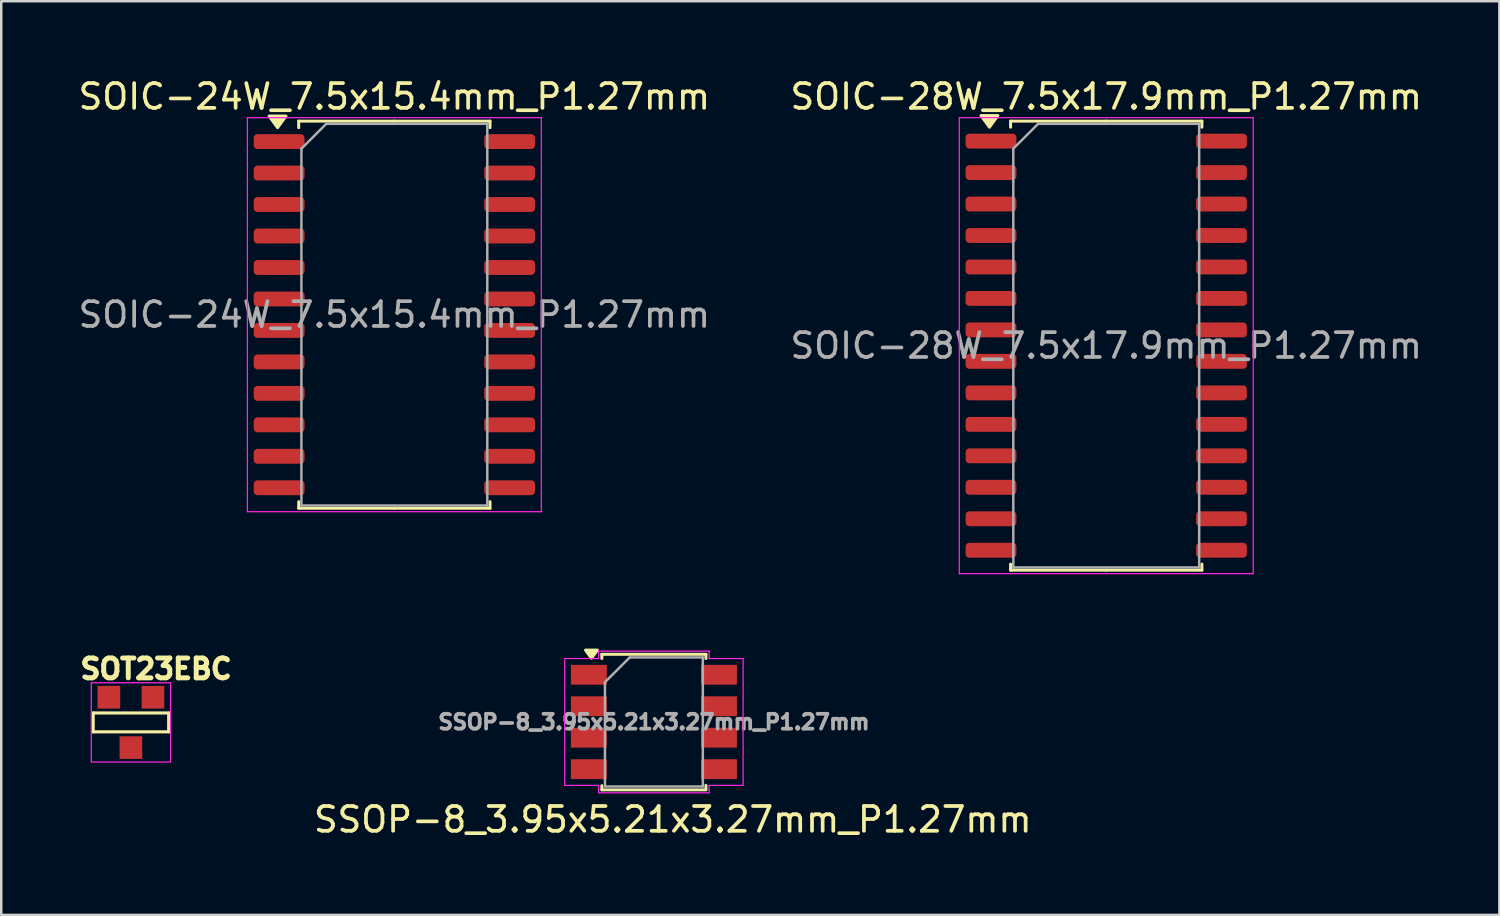
<source format=kicad_pcb>
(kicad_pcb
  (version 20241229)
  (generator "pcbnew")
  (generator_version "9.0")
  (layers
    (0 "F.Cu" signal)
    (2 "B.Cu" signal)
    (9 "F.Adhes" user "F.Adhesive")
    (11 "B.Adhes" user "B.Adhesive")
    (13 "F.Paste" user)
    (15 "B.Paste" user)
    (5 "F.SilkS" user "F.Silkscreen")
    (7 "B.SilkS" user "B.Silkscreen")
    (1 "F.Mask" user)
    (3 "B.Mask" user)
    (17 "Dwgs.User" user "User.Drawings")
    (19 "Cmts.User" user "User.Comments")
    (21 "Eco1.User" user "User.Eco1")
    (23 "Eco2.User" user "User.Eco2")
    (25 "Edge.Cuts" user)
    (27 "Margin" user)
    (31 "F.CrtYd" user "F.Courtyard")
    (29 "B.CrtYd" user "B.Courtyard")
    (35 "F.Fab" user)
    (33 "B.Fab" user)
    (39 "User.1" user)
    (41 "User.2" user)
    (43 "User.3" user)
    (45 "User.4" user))
  (footprint "SOT23EBC"
    (layer "F.Cu")
    (at 2.233 26.101)
    (property "Reference" "SOT23EBC" (at 1.016 -2.159 180) (layer "F.SilkS") (effects (font (size 0.8 0.8) (thickness 0.2) (bold yes))))
    (attr smd)
    (fp_line (start -1.524 -0.381) (end 1.524 -0.381) (stroke (width 0.127) (type solid)) (layer "F.SilkS"))
    (fp_line (start -1.524 0.381) (end -1.524 -0.381) (stroke (width 0.127) (type solid)) (layer "F.SilkS"))
    (fp_line (start 1.524 -0.381) (end 1.524 0.381) (stroke (width 0.127) (type solid)) (layer "F.SilkS"))
    (fp_line (start 1.524 0.381) (end -1.524 0.381) (stroke (width 0.127) (type solid)) (layer "F.SilkS"))
    (fp_rect (start -1.6 -1.6) (end 1.6 1.6) (stroke (width 0.05) (type default)) (fill no) (layer "F.CrtYd"))
    (pad "1" smd rect (at -0.889 -1.016) (size 0.914 0.914) (layers "F.Cu" "F.Mask" "F.Paste"))
    (pad "2" smd rect (at 0.889 -1.016) (size 0.914 0.914) (layers "F.Cu" "F.Mask" "F.Paste"))
    (pad "3" smd rect (at 0 1.016) (size 0.914 0.914) (layers "F.Cu" "F.Mask" "F.Paste")))
  (footprint "SOIC-28W_7.5x17.9mm_P1.27mm"
    (layer "F.Cu")
    (at 41.589 10.898)
    (property "Reference" "SOIC-28W_7.5x17.9mm_P1.27mm" (at 0 -10.05 0) (layer "F.SilkS") (effects (font (size 1 1) (thickness 0.15))))
    (attr smd)
    (fp_line (start -3.86 -9.06) (end -3.86 -8.815) (stroke (width 0.12) (type solid)) (layer "F.SilkS"))
    (fp_line (start -3.86 9.06) (end -3.86 8.815) (stroke (width 0.12) (type solid)) (layer "F.SilkS"))
    (fp_line (start 0 -9.06) (end -3.86 -9.06) (stroke (width 0.12) (type solid)) (layer "F.SilkS"))
    (fp_line (start 0 -9.06) (end 3.86 -9.06) (stroke (width 0.12) (type solid)) (layer "F.SilkS"))
    (fp_line (start 0 9.06) (end -3.86 9.06) (stroke (width 0.12) (type solid)) (layer "F.SilkS"))
    (fp_line (start 0 9.06) (end 3.86 9.06) (stroke (width 0.12) (type solid)) (layer "F.SilkS"))
    (fp_line (start 3.86 -9.06) (end 3.86 -8.815) (stroke (width 0.12) (type solid)) (layer "F.SilkS"))
    (fp_line (start 3.86 9.06) (end 3.86 8.815) (stroke (width 0.12) (type solid)) (layer "F.SilkS"))
    (fp_poly (pts (xy -4.713 -8.815) (xy -5.053 -9.285) (xy -4.372 -9.285) (xy -4.713 -8.815)) (stroke (width 0.12) (type solid)) (fill yes) (layer "F.SilkS"))
    (fp_line (start -5.93 -9.2) (end -5.93 9.2) (stroke (width 0.05) (type solid)) (layer "F.CrtYd"))
    (fp_line (start -5.93 9.2) (end 5.93 9.2) (stroke (width 0.05) (type solid)) (layer "F.CrtYd"))
    (fp_line (start 5.93 -9.2) (end -5.93 -9.2) (stroke (width 0.05) (type solid)) (layer "F.CrtYd"))
    (fp_line (start 5.93 9.2) (end 5.93 -9.2) (stroke (width 0.05) (type solid)) (layer "F.CrtYd"))
    (fp_line (start -3.75 -7.95) (end -2.75 -8.95) (stroke (width 0.1) (type solid)) (layer "F.Fab"))
    (fp_line (start -3.75 8.95) (end -3.75 -7.95) (stroke (width 0.1) (type solid)) (layer "F.Fab"))
    (fp_line (start -2.75 -8.95) (end 3.75 -8.95) (stroke (width 0.1) (type solid)) (layer "F.Fab"))
    (fp_line (start 3.75 -8.95) (end 3.75 8.95) (stroke (width 0.1) (type solid)) (layer "F.Fab"))
    (fp_line (start 3.75 8.95) (end -3.75 8.95) (stroke (width 0.1) (type solid)) (layer "F.Fab"))
    (fp_text user "${REFERENCE}" (at 0 0 0) (layer "F.Fab") (effects (font (size 1 1) (thickness 0.15))))
    (pad "1" smd roundrect (at -4.65 -8.255) (size 2.05 0.6) (layers "F.Cu" "F.Mask" "F.Paste") (roundrect_rratio 0.25))
    (pad "2" smd roundrect (at -4.65 -6.985) (size 2.05 0.6) (layers "F.Cu" "F.Mask" "F.Paste") (roundrect_rratio 0.25))
    (pad "3" smd roundrect (at -4.65 -5.715) (size 2.05 0.6) (layers "F.Cu" "F.Mask" "F.Paste") (roundrect_rratio 0.25))
    (pad "4" smd roundrect (at -4.65 -4.445) (size 2.05 0.6) (layers "F.Cu" "F.Mask" "F.Paste") (roundrect_rratio 0.25))
    (pad "5" smd roundrect (at -4.65 -3.175) (size 2.05 0.6) (layers "F.Cu" "F.Mask" "F.Paste") (roundrect_rratio 0.25))
    (pad "6" smd roundrect (at -4.65 -1.905) (size 2.05 0.6) (layers "F.Cu" "F.Mask" "F.Paste") (roundrect_rratio 0.25))
    (pad "7" smd roundrect (at -4.65 -0.635) (size 2.05 0.6) (layers "F.Cu" "F.Mask" "F.Paste") (roundrect_rratio 0.25))
    (pad "8" smd roundrect (at -4.65 0.635) (size 2.05 0.6) (layers "F.Cu" "F.Mask" "F.Paste") (roundrect_rratio 0.25))
    (pad "9" smd roundrect (at -4.65 1.905) (size 2.05 0.6) (layers "F.Cu" "F.Mask" "F.Paste") (roundrect_rratio 0.25))
    (pad "10" smd roundrect (at -4.65 3.175) (size 2.05 0.6) (layers "F.Cu" "F.Mask" "F.Paste") (roundrect_rratio 0.25))
    (pad "11" smd roundrect (at -4.65 4.445) (size 2.05 0.6) (layers "F.Cu" "F.Mask" "F.Paste") (roundrect_rratio 0.25))
    (pad "12" smd roundrect (at -4.65 5.715) (size 2.05 0.6) (layers "F.Cu" "F.Mask" "F.Paste") (roundrect_rratio 0.25))
    (pad "13" smd roundrect (at -4.65 6.985) (size 2.05 0.6) (layers "F.Cu" "F.Mask" "F.Paste") (roundrect_rratio 0.25))
    (pad "14" smd roundrect (at -4.65 8.255) (size 2.05 0.6) (layers "F.Cu" "F.Mask" "F.Paste") (roundrect_rratio 0.25))
    (pad "15" smd roundrect (at 4.65 8.255) (size 2.05 0.6) (layers "F.Cu" "F.Mask" "F.Paste") (roundrect_rratio 0.25))
    (pad "16" smd roundrect (at 4.65 6.985) (size 2.05 0.6) (layers "F.Cu" "F.Mask" "F.Paste") (roundrect_rratio 0.25))
    (pad "17" smd roundrect (at 4.65 5.715) (size 2.05 0.6) (layers "F.Cu" "F.Mask" "F.Paste") (roundrect_rratio 0.25))
    (pad "18" smd roundrect (at 4.65 4.445) (size 2.05 0.6) (layers "F.Cu" "F.Mask" "F.Paste") (roundrect_rratio 0.25))
    (pad "19" smd roundrect (at 4.65 3.175) (size 2.05 0.6) (layers "F.Cu" "F.Mask" "F.Paste") (roundrect_rratio 0.25))
    (pad "20" smd roundrect (at 4.65 1.905) (size 2.05 0.6) (layers "F.Cu" "F.Mask" "F.Paste") (roundrect_rratio 0.25))
    (pad "21" smd roundrect (at 4.65 0.635) (size 2.05 0.6) (layers "F.Cu" "F.Mask" "F.Paste") (roundrect_rratio 0.25))
    (pad "22" smd roundrect (at 4.65 -0.635) (size 2.05 0.6) (layers "F.Cu" "F.Mask" "F.Paste") (roundrect_rratio 0.25))
    (pad "23" smd roundrect (at 4.65 -1.905) (size 2.05 0.6) (layers "F.Cu" "F.Mask" "F.Paste") (roundrect_rratio 0.25))
    (pad "24" smd roundrect (at 4.65 -3.175) (size 2.05 0.6) (layers "F.Cu" "F.Mask" "F.Paste") (roundrect_rratio 0.25))
    (pad "25" smd roundrect (at 4.65 -4.445) (size 2.05 0.6) (layers "F.Cu" "F.Mask" "F.Paste") (roundrect_rratio 0.25))
    (pad "26" smd roundrect (at 4.65 -5.715) (size 2.05 0.6) (layers "F.Cu" "F.Mask" "F.Paste") (roundrect_rratio 0.25))
    (pad "27" smd roundrect (at 4.65 -6.985) (size 2.05 0.6) (layers "F.Cu" "F.Mask" "F.Paste") (roundrect_rratio 0.25))
    (pad "28" smd roundrect (at 4.65 -8.255) (size 2.05 0.6) (layers "F.Cu" "F.Mask" "F.Paste") (roundrect_rratio 0.25)))
  (footprint "SSOP-8_3.95x5.21x3.27mm_P1.27mm"
    (layer "F.Cu")
    (at 23.336 26.083)
    (property "Reference" "SSOP-8_3.95x5.21x3.27mm_P1.27mm" (at 0.762 3.937 0) (layer "F.SilkS") (effects (font (size 1 1) (thickness 0.15))))
    (attr smd)
    (fp_line (start -2.1 -2.73) (end -2.1 -2.56) (stroke (width 0.12) (type solid)) (layer "F.SilkS"))
    (fp_line (start -2.1 2.57) (end -2.1 2.74) (stroke (width 0.12) (type solid)) (layer "F.SilkS"))
    (fp_line (start 2.1 -2.73) (end -2.1 -2.73) (stroke (width 0.12) (type solid)) (layer "F.SilkS"))
    (fp_line (start 2.1 -2.73) (end 2.1 -2.56) (stroke (width 0.12) (type solid)) (layer "F.SilkS"))
    (fp_line (start 2.1 2.56) (end 2.1 2.73) (stroke (width 0.12) (type solid)) (layer "F.SilkS"))
    (fp_line (start 2.1 2.74) (end -2.1 2.74) (stroke (width 0.12) (type solid)) (layer "F.SilkS"))
    (fp_poly (pts (xy -2.52 -2.57) (xy -2.76 -2.9) (xy -2.28 -2.9) (xy -2.52 -2.57)) (stroke (width 0.12) (type solid)) (fill yes) (layer "F.SilkS"))
    (fp_line (start -3.6 -2.56) (end -2.23 -2.56) (stroke (width 0.05) (type solid)) (layer "F.CrtYd"))
    (fp_line (start -3.6 2.56) (end -3.6 -2.56) (stroke (width 0.05) (type solid)) (layer "F.CrtYd"))
    (fp_line (start -3.6 2.56) (end -2.23 2.56) (stroke (width 0.05) (type solid)) (layer "F.CrtYd"))
    (fp_line (start -2.23 -2.86) (end 2.23 -2.86) (stroke (width 0.05) (type solid)) (layer "F.CrtYd"))
    (fp_line (start -2.23 -2.56) (end -2.23 -2.86) (stroke (width 0.05) (type solid)) (layer "F.CrtYd"))
    (fp_line (start -2.23 2.86) (end -2.23 2.56) (stroke (width 0.05) (type solid)) (layer "F.CrtYd"))
    (fp_line (start 2.23 -2.56) (end 2.23 -2.86) (stroke (width 0.05) (type solid)) (layer "F.CrtYd"))
    (fp_line (start 2.23 -2.56) (end 3.6 -2.56) (stroke (width 0.05) (type solid)) (layer "F.CrtYd"))
    (fp_line (start 2.23 2.56) (end 3.6 2.56) (stroke (width 0.05) (type solid)) (layer "F.CrtYd"))
    (fp_line (start 2.23 2.86) (end -2.23 2.86) (stroke (width 0.05) (type solid)) (layer "F.CrtYd"))
    (fp_line (start 2.23 2.86) (end 2.23 2.56) (stroke (width 0.05) (type solid)) (layer "F.CrtYd"))
    (fp_line (start 3.6 2.56) (end 3.6 -2.56) (stroke (width 0.05) (type solid)) (layer "F.CrtYd"))
    (fp_line (start -1.975 2.605) (end -1.975 -1.605) (stroke (width 0.1) (type solid)) (layer "F.Fab"))
    (fp_line (start -0.975 -2.605) (end -1.975 -1.605) (stroke (width 0.1) (type solid)) (layer "F.Fab"))
    (fp_line (start -0.975 -2.605) (end 1.975 -2.605) (stroke (width 0.1) (type solid)) (layer "F.Fab"))
    (fp_line (start 1.975 -2.605) (end 1.975 2.605) (stroke (width 0.1) (type solid)) (layer "F.Fab"))
    (fp_line (start 1.975 2.605) (end -1.975 2.605) (stroke (width 0.1) (type solid)) (layer "F.Fab"))
    (fp_text user "${REFERENCE}" (at 0 0 0) (layer "F.Fab") (effects (font (size 0.6 0.6) (thickness 0.15))))
    (pad "1" smd rect (at -2.625 -1.905) (size 1.45 0.8) (layers "F.Cu" "F.Mask" "F.Paste"))
    (pad "2" smd rect (at -2.625 -0.635) (size 1.45 0.8) (layers "F.Cu" "F.Mask" "F.Paste"))
    (pad "3" smd rect (at -2.625 0.635) (size 1.45 0.8) (layers "F.Cu" "F.Mask" "F.Paste"))
    (pad "4" smd rect (at -2.625 1.905) (size 1.45 0.8) (layers "F.Cu" "F.Mask" "F.Paste"))
    (pad "5" smd rect (at 2.625 1.905) (size 1.45 0.8) (layers "F.Cu" "F.Mask" "F.Paste"))
    (pad "6" smd rect (at 2.625 0.635) (size 1.45 0.8) (layers "F.Cu" "F.Mask" "F.Paste"))
    (pad "7" smd rect (at 2.625 -0.635) (size 1.45 0.8) (layers "F.Cu" "F.Mask" "F.Paste"))
    (pad "8" smd rect (at 2.625 -1.905) (size 1.45 0.8) (layers "F.Cu" "F.Mask" "F.Paste")))
  (footprint "SOIC-24W_7.5x15.4mm_P1.27mm"
    (layer "F.Cu")
    (at 12.863 9.648)
    (property "Reference" "SOIC-24W_7.5x15.4mm_P1.27mm" (at 0 -8.8 0) (layer "F.SilkS") (effects (font (size 1 1) (thickness 0.15))))
    (attr smd)
    (fp_line (start -3.86 -7.81) (end -3.86 -7.545) (stroke (width 0.12) (type solid)) (layer "F.SilkS"))
    (fp_line (start -3.86 7.81) (end -3.86 7.545) (stroke (width 0.12) (type solid)) (layer "F.SilkS"))
    (fp_line (start 0 -7.81) (end -3.86 -7.81) (stroke (width 0.12) (type solid)) (layer "F.SilkS"))
    (fp_line (start 0 -7.81) (end 3.86 -7.81) (stroke (width 0.12) (type solid)) (layer "F.SilkS"))
    (fp_line (start 0 7.81) (end -3.86 7.81) (stroke (width 0.12) (type solid)) (layer "F.SilkS"))
    (fp_line (start 0 7.81) (end 3.86 7.81) (stroke (width 0.12) (type solid)) (layer "F.SilkS"))
    (fp_line (start 3.86 -7.81) (end 3.86 -7.545) (stroke (width 0.12) (type solid)) (layer "F.SilkS"))
    (fp_line (start 3.86 7.81) (end 3.86 7.545) (stroke (width 0.12) (type solid)) (layer "F.SilkS"))
    (fp_poly (pts (xy -4.713 -7.545) (xy -5.053 -8.015) (xy -4.372 -8.015) (xy -4.713 -7.545)) (stroke (width 0.12) (type solid)) (fill yes) (layer "F.SilkS"))
    (fp_line (start -5.93 -7.95) (end -5.93 7.95) (stroke (width 0.05) (type solid)) (layer "F.CrtYd"))
    (fp_line (start -5.93 7.95) (end 5.93 7.95) (stroke (width 0.05) (type solid)) (layer "F.CrtYd"))
    (fp_line (start 5.93 -7.95) (end -5.93 -7.95) (stroke (width 0.05) (type solid)) (layer "F.CrtYd"))
    (fp_line (start 5.93 7.95) (end 5.93 -7.95) (stroke (width 0.05) (type solid)) (layer "F.CrtYd"))
    (fp_line (start -3.75 -6.7) (end -2.75 -7.7) (stroke (width 0.1) (type solid)) (layer "F.Fab"))
    (fp_line (start -3.75 7.7) (end -3.75 -6.7) (stroke (width 0.1) (type solid)) (layer "F.Fab"))
    (fp_line (start -2.75 -7.7) (end 3.75 -7.7) (stroke (width 0.1) (type solid)) (layer "F.Fab"))
    (fp_line (start 3.75 -7.7) (end 3.75 7.7) (stroke (width 0.1) (type solid)) (layer "F.Fab"))
    (fp_line (start 3.75 7.7) (end -3.75 7.7) (stroke (width 0.1) (type solid)) (layer "F.Fab"))
    (fp_text user "${REFERENCE}" (at 0 0 0) (layer "F.Fab") (effects (font (size 1 1) (thickness 0.15))))
    (pad "1" smd roundrect (at -4.65 -6.985) (size 2.05 0.6) (layers "F.Cu" "F.Mask" "F.Paste") (roundrect_rratio 0.25))
    (pad "2" smd roundrect (at -4.65 -5.715) (size 2.05 0.6) (layers "F.Cu" "F.Mask" "F.Paste") (roundrect_rratio 0.25))
    (pad "3" smd roundrect (at -4.65 -4.445) (size 2.05 0.6) (layers "F.Cu" "F.Mask" "F.Paste") (roundrect_rratio 0.25))
    (pad "4" smd roundrect (at -4.65 -3.175) (size 2.05 0.6) (layers "F.Cu" "F.Mask" "F.Paste") (roundrect_rratio 0.25))
    (pad "5" smd roundrect (at -4.65 -1.905) (size 2.05 0.6) (layers "F.Cu" "F.Mask" "F.Paste") (roundrect_rratio 0.25))
    (pad "6" smd roundrect (at -4.65 -0.635) (size 2.05 0.6) (layers "F.Cu" "F.Mask" "F.Paste") (roundrect_rratio 0.25))
    (pad "7" smd roundrect (at -4.65 0.635) (size 2.05 0.6) (layers "F.Cu" "F.Mask" "F.Paste") (roundrect_rratio 0.25))
    (pad "8" smd roundrect (at -4.65 1.905) (size 2.05 0.6) (layers "F.Cu" "F.Mask" "F.Paste") (roundrect_rratio 0.25))
    (pad "9" smd roundrect (at -4.65 3.175) (size 2.05 0.6) (layers "F.Cu" "F.Mask" "F.Paste") (roundrect_rratio 0.25))
    (pad "10" smd roundrect (at -4.65 4.445) (size 2.05 0.6) (layers "F.Cu" "F.Mask" "F.Paste") (roundrect_rratio 0.25))
    (pad "11" smd roundrect (at -4.65 5.715) (size 2.05 0.6) (layers "F.Cu" "F.Mask" "F.Paste") (roundrect_rratio 0.25))
    (pad "12" smd roundrect (at -4.65 6.985) (size 2.05 0.6) (layers "F.Cu" "F.Mask" "F.Paste") (roundrect_rratio 0.25))
    (pad "13" smd roundrect (at 4.65 6.985) (size 2.05 0.6) (layers "F.Cu" "F.Mask" "F.Paste") (roundrect_rratio 0.25))
    (pad "14" smd roundrect (at 4.65 5.715) (size 2.05 0.6) (layers "F.Cu" "F.Mask" "F.Paste") (roundrect_rratio 0.25))
    (pad "15" smd roundrect (at 4.65 4.445) (size 2.05 0.6) (layers "F.Cu" "F.Mask" "F.Paste") (roundrect_rratio 0.25))
    (pad "16" smd roundrect (at 4.65 3.175) (size 2.05 0.6) (layers "F.Cu" "F.Mask" "F.Paste") (roundrect_rratio 0.25))
    (pad "17" smd roundrect (at 4.65 1.905) (size 2.05 0.6) (layers "F.Cu" "F.Mask" "F.Paste") (roundrect_rratio 0.25))
    (pad "18" smd roundrect (at 4.65 0.635) (size 2.05 0.6) (layers "F.Cu" "F.Mask" "F.Paste") (roundrect_rratio 0.25))
    (pad "19" smd roundrect (at 4.65 -0.635) (size 2.05 0.6) (layers "F.Cu" "F.Mask" "F.Paste") (roundrect_rratio 0.25))
    (pad "20" smd roundrect (at 4.65 -1.905) (size 2.05 0.6) (layers "F.Cu" "F.Mask" "F.Paste") (roundrect_rratio 0.25))
    (pad "21" smd roundrect (at 4.65 -3.175) (size 2.05 0.6) (layers "F.Cu" "F.Mask" "F.Paste") (roundrect_rratio 0.25))
    (pad "22" smd roundrect (at 4.65 -4.445) (size 2.05 0.6) (layers "F.Cu" "F.Mask" "F.Paste") (roundrect_rratio 0.25))
    (pad "23" smd roundrect (at 4.65 -5.715) (size 2.05 0.6) (layers "F.Cu" "F.Mask" "F.Paste") (roundrect_rratio 0.25))
    (pad "24" smd roundrect (at 4.65 -6.985) (size 2.05 0.6) (layers "F.Cu" "F.Mask" "F.Paste") (roundrect_rratio 0.25)))
  (gr_rect
    (start -3 -3)
    (end 57.452 33.868)
    (stroke (width 0.1) (type default))
    (fill no)
    (layer "Edge.Cuts")))
</source>
